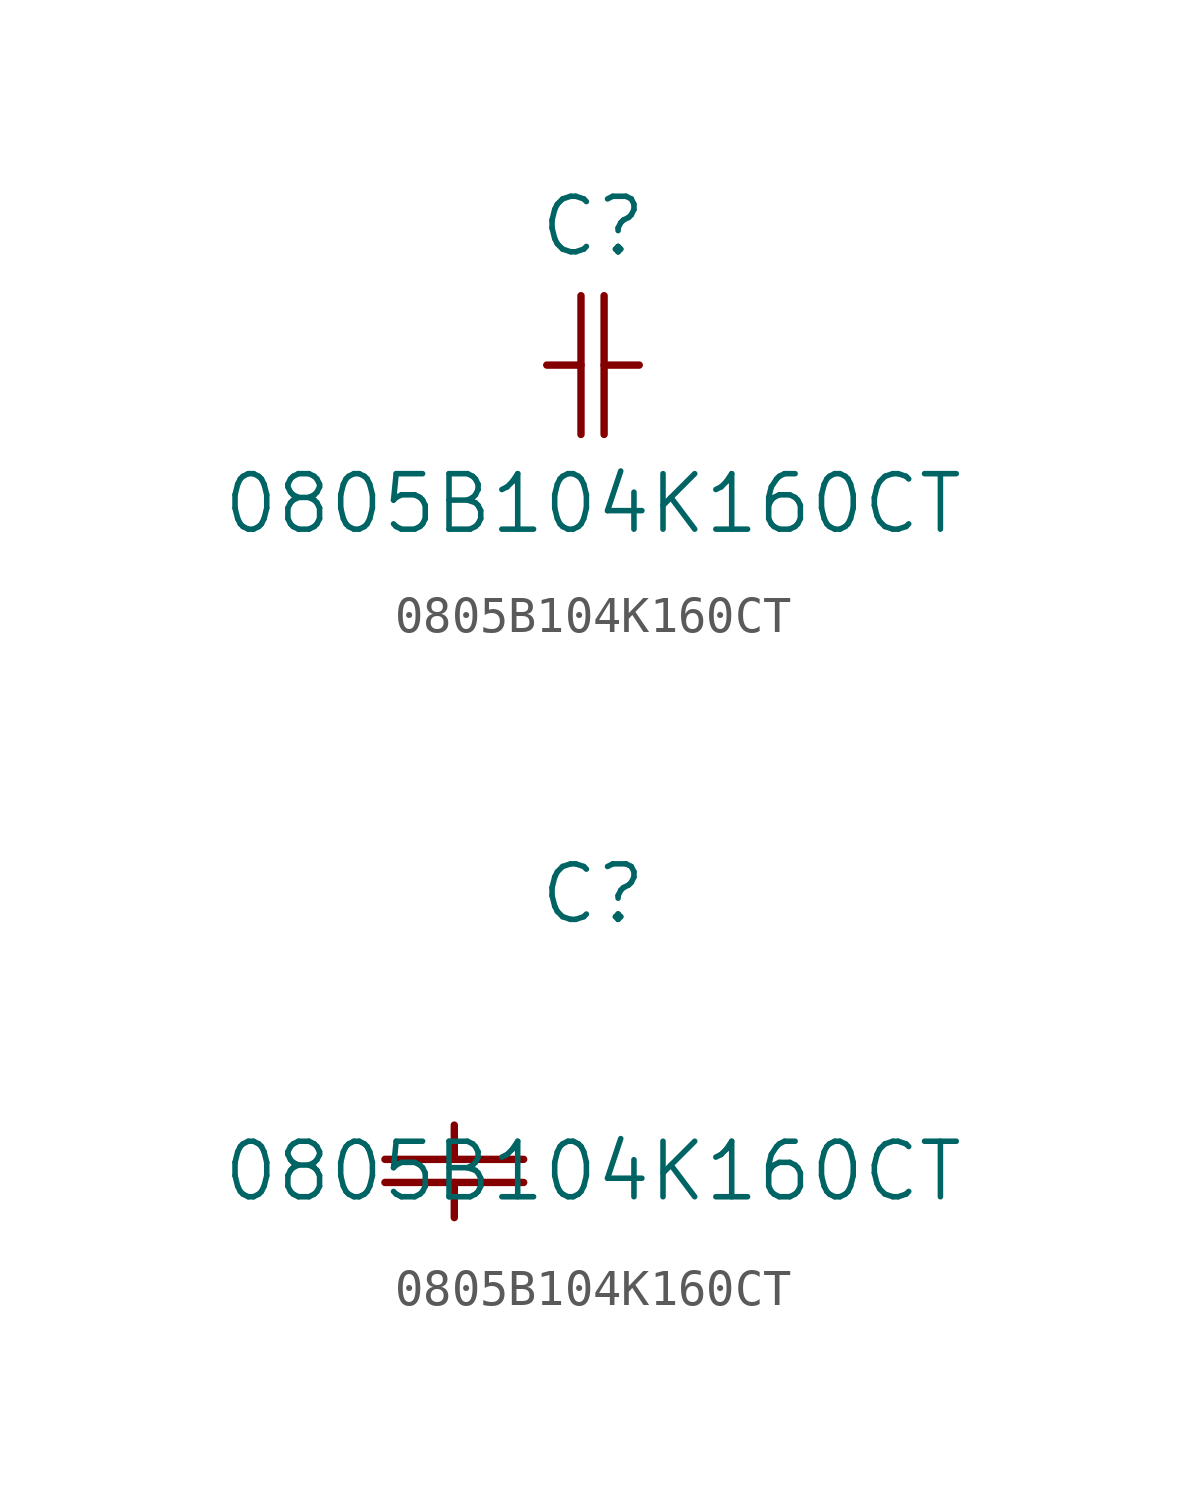
<source format=kicad_sym>
(kicad_symbol_lib
  (version 20211014)
  (generator kicad_symbol_editor)
  (symbol "0805B104K160CT"
    (pin_names
      (offset 0.254))
    (property "Reference" "C"
      (at 3.81 3.81 0)
      (effects (font (size 1.524 1.524))))
    (property "Value" "0805B104K160CT"
      (at 3.81 -3.81 0)
      (effects (font (size 1.524 1.524))))
    (symbol "0805B104K160CT_1_1"
      (polyline (pts (xy 3.48 -1.905) (xy 3.48 1.905)) (stroke (width .2032) (type default) (color 0 0 0 0)) (fill (type none)))
      (polyline (pts (xy 4.115 -1.905) (xy 4.115 1.905)) (stroke (width .2032) (type default) (color 0 0 0 0)) (fill (type none)))
      (polyline (pts (xy 4.115 0) (xy 5.08 0)) (stroke (width .2032) (type default) (color 0 0 0 0)) (fill (type none)))
      (polyline (pts (xy 2.54 0) (xy 3.48 0)) (stroke (width .2032) (type default) (color 0 0 0 0)) (fill (type none))))
    (symbol "0805B104K160CT_1_2"
      (polyline (pts (xy -1.905 -3.48) (xy 1.905 -3.48)) (stroke (width .2032) (type default) (color 0 0 0 0)) (fill (type none)))
      (polyline (pts (xy -1.905 -4.115) (xy 1.905 -4.115)) (stroke (width .2032) (type default) (color 0 0 0 0)) (fill (type none)))
      (polyline (pts (xy 0 -4.115) (xy 0 -5.08)) (stroke (width .2032) (type default) (color 0 0 0 0)) (fill (type none)))
      (polyline (pts (xy 0 -2.54) (xy 0 -3.48)) (stroke (width .2032) (type default) (color 0 0 0 0)) (fill (type none))))))
</source>
